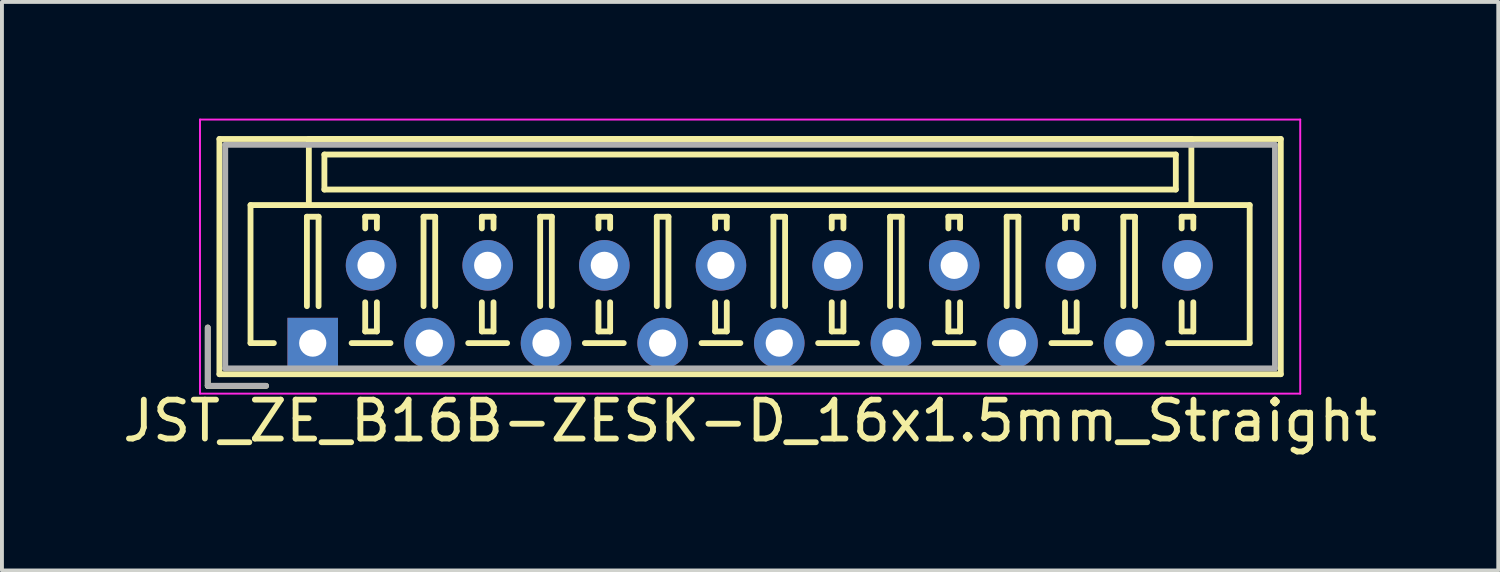
<source format=kicad_pcb>
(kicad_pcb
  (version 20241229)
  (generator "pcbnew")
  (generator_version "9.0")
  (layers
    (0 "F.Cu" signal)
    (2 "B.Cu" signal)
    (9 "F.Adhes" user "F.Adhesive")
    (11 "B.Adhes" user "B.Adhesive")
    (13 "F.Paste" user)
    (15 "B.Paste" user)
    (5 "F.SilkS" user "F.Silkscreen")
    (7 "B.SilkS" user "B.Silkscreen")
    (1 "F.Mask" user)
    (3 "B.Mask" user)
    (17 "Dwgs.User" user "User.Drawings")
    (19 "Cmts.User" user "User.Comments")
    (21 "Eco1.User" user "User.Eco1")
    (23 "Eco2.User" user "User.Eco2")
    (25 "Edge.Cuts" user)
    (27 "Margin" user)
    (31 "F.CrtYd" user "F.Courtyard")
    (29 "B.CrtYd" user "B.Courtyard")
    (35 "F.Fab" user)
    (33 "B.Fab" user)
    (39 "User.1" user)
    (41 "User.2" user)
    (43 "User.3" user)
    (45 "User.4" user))
  (footprint "JST_ZE_B16B-ZESK-D_16x1.5mm_Straight"
    (layer "F.Cu")
    (at 4.994 5.775)
    (property "Reference" "JST_ZE_B16B-ZESK-D_16x1.5mm_Straight" (at 11.25 2 0) (layer "F.SilkS") (effects (font (size 1 1) (thickness 0.15))))
    (attr through_hole)
    (fp_line (start -2.7 -0.4) (end -2.7 1.1) (stroke (width 0.15) (type solid)) (layer "F.SilkS"))
    (fp_line (start -2.7 1.1) (end -1.2 1.1) (stroke (width 0.15) (type solid)) (layer "F.SilkS"))
    (fp_line (start -2.4 -5.25) (end -2.4 0.8) (stroke (width 0.15) (type solid)) (layer "F.SilkS"))
    (fp_line (start -2.4 0.8) (end 24.9 0.8) (stroke (width 0.15) (type solid)) (layer "F.SilkS"))
    (fp_line (start -1.6 -3.55) (end -1.6 0) (stroke (width 0.15) (type solid)) (layer "F.SilkS"))
    (fp_line (start -1.6 0) (end -1 0) (stroke (width 0.15) (type solid)) (layer "F.SilkS"))
    (fp_line (start -0.15 -3.25) (end 0.15 -3.25) (stroke (width 0.15) (type solid)) (layer "F.SilkS"))
    (fp_line (start -0.15 -0.95) (end -0.15 -3.25) (stroke (width 0.15) (type solid)) (layer "F.SilkS"))
    (fp_line (start -0.1 -5.25) (end -0.1 -3.55) (stroke (width 0.15) (type solid)) (layer "F.SilkS"))
    (fp_line (start -0.1 -3.55) (end -1.6 -3.55) (stroke (width 0.15) (type solid)) (layer "F.SilkS"))
    (fp_line (start -0.1 -3.55) (end 22.6 -3.55) (stroke (width 0.15) (type solid)) (layer "F.SilkS"))
    (fp_line (start 0.15 -3.25) (end 0.15 -0.95) (stroke (width 0.15) (type solid)) (layer "F.SilkS"))
    (fp_line (start 0.3 -4.85) (end 0.3 -3.95) (stroke (width 0.15) (type solid)) (layer "F.SilkS"))
    (fp_line (start 0.3 -3.95) (end 22.2 -3.95) (stroke (width 0.15) (type solid)) (layer "F.SilkS"))
    (fp_line (start 1 0) (end 2 0) (stroke (width 0.15) (type solid)) (layer "F.SilkS"))
    (fp_line (start 1.35 -3.25) (end 1.65 -3.25) (stroke (width 0.15) (type solid)) (layer "F.SilkS"))
    (fp_line (start 1.35 -2.95) (end 1.35 -3.25) (stroke (width 0.15) (type solid)) (layer "F.SilkS"))
    (fp_line (start 1.35 -1.05) (end 1.35 -0.3) (stroke (width 0.15) (type solid)) (layer "F.SilkS"))
    (fp_line (start 1.35 -0.3) (end 1.65 -0.3) (stroke (width 0.15) (type solid)) (layer "F.SilkS"))
    (fp_line (start 1.65 -3.25) (end 1.65 -2.95) (stroke (width 0.15) (type solid)) (layer "F.SilkS"))
    (fp_line (start 1.65 -0.3) (end 1.65 -1.05) (stroke (width 0.15) (type solid)) (layer "F.SilkS"))
    (fp_line (start 2.85 -3.25) (end 3.15 -3.25) (stroke (width 0.15) (type solid)) (layer "F.SilkS"))
    (fp_line (start 2.85 -0.95) (end 2.85 -3.25) (stroke (width 0.15) (type solid)) (layer "F.SilkS"))
    (fp_line (start 3.15 -3.25) (end 3.15 -0.95) (stroke (width 0.15) (type solid)) (layer "F.SilkS"))
    (fp_line (start 4 0) (end 5 0) (stroke (width 0.15) (type solid)) (layer "F.SilkS"))
    (fp_line (start 4.35 -3.25) (end 4.65 -3.25) (stroke (width 0.15) (type solid)) (layer "F.SilkS"))
    (fp_line (start 4.35 -2.95) (end 4.35 -3.25) (stroke (width 0.15) (type solid)) (layer "F.SilkS"))
    (fp_line (start 4.35 -1.05) (end 4.35 -0.3) (stroke (width 0.15) (type solid)) (layer "F.SilkS"))
    (fp_line (start 4.35 -0.3) (end 4.65 -0.3) (stroke (width 0.15) (type solid)) (layer "F.SilkS"))
    (fp_line (start 4.65 -3.25) (end 4.65 -2.95) (stroke (width 0.15) (type solid)) (layer "F.SilkS"))
    (fp_line (start 4.65 -0.3) (end 4.65 -1.05) (stroke (width 0.15) (type solid)) (layer "F.SilkS"))
    (fp_line (start 5.85 -3.25) (end 6.15 -3.25) (stroke (width 0.15) (type solid)) (layer "F.SilkS"))
    (fp_line (start 5.85 -0.95) (end 5.85 -3.25) (stroke (width 0.15) (type solid)) (layer "F.SilkS"))
    (fp_line (start 6.15 -3.25) (end 6.15 -0.95) (stroke (width 0.15) (type solid)) (layer "F.SilkS"))
    (fp_line (start 7 0) (end 8 0) (stroke (width 0.15) (type solid)) (layer "F.SilkS"))
    (fp_line (start 7.35 -3.25) (end 7.65 -3.25) (stroke (width 0.15) (type solid)) (layer "F.SilkS"))
    (fp_line (start 7.35 -2.95) (end 7.35 -3.25) (stroke (width 0.15) (type solid)) (layer "F.SilkS"))
    (fp_line (start 7.35 -1.05) (end 7.35 -0.3) (stroke (width 0.15) (type solid)) (layer "F.SilkS"))
    (fp_line (start 7.35 -0.3) (end 7.65 -0.3) (stroke (width 0.15) (type solid)) (layer "F.SilkS"))
    (fp_line (start 7.65 -3.25) (end 7.65 -2.95) (stroke (width 0.15) (type solid)) (layer "F.SilkS"))
    (fp_line (start 7.65 -0.3) (end 7.65 -1.05) (stroke (width 0.15) (type solid)) (layer "F.SilkS"))
    (fp_line (start 8.85 -3.25) (end 9.15 -3.25) (stroke (width 0.15) (type solid)) (layer "F.SilkS"))
    (fp_line (start 8.85 -0.95) (end 8.85 -3.25) (stroke (width 0.15) (type solid)) (layer "F.SilkS"))
    (fp_line (start 9.15 -3.25) (end 9.15 -0.95) (stroke (width 0.15) (type solid)) (layer "F.SilkS"))
    (fp_line (start 10 0) (end 11 0) (stroke (width 0.15) (type solid)) (layer "F.SilkS"))
    (fp_line (start 10.35 -3.25) (end 10.65 -3.25) (stroke (width 0.15) (type solid)) (layer "F.SilkS"))
    (fp_line (start 10.35 -2.95) (end 10.35 -3.25) (stroke (width 0.15) (type solid)) (layer "F.SilkS"))
    (fp_line (start 10.35 -1.05) (end 10.35 -0.3) (stroke (width 0.15) (type solid)) (layer "F.SilkS"))
    (fp_line (start 10.35 -0.3) (end 10.65 -0.3) (stroke (width 0.15) (type solid)) (layer "F.SilkS"))
    (fp_line (start 10.65 -3.25) (end 10.65 -2.95) (stroke (width 0.15) (type solid)) (layer "F.SilkS"))
    (fp_line (start 10.65 -0.3) (end 10.65 -1.05) (stroke (width 0.15) (type solid)) (layer "F.SilkS"))
    (fp_line (start 11.85 -3.25) (end 12.15 -3.25) (stroke (width 0.15) (type solid)) (layer "F.SilkS"))
    (fp_line (start 11.85 -0.95) (end 11.85 -3.25) (stroke (width 0.15) (type solid)) (layer "F.SilkS"))
    (fp_line (start 12.15 -3.25) (end 12.15 -0.95) (stroke (width 0.15) (type solid)) (layer "F.SilkS"))
    (fp_line (start 13 0) (end 14 0) (stroke (width 0.15) (type solid)) (layer "F.SilkS"))
    (fp_line (start 13.35 -3.25) (end 13.65 -3.25) (stroke (width 0.15) (type solid)) (layer "F.SilkS"))
    (fp_line (start 13.35 -2.95) (end 13.35 -3.25) (stroke (width 0.15) (type solid)) (layer "F.SilkS"))
    (fp_line (start 13.35 -1.05) (end 13.35 -0.3) (stroke (width 0.15) (type solid)) (layer "F.SilkS"))
    (fp_line (start 13.35 -0.3) (end 13.65 -0.3) (stroke (width 0.15) (type solid)) (layer "F.SilkS"))
    (fp_line (start 13.65 -3.25) (end 13.65 -2.95) (stroke (width 0.15) (type solid)) (layer "F.SilkS"))
    (fp_line (start 13.65 -0.3) (end 13.65 -1.05) (stroke (width 0.15) (type solid)) (layer "F.SilkS"))
    (fp_line (start 14.85 -3.25) (end 15.15 -3.25) (stroke (width 0.15) (type solid)) (layer "F.SilkS"))
    (fp_line (start 14.85 -0.95) (end 14.85 -3.25) (stroke (width 0.15) (type solid)) (layer "F.SilkS"))
    (fp_line (start 15.15 -3.25) (end 15.15 -0.95) (stroke (width 0.15) (type solid)) (layer "F.SilkS"))
    (fp_line (start 16 0) (end 17 0) (stroke (width 0.15) (type solid)) (layer "F.SilkS"))
    (fp_line (start 16.35 -3.25) (end 16.65 -3.25) (stroke (width 0.15) (type solid)) (layer "F.SilkS"))
    (fp_line (start 16.35 -2.95) (end 16.35 -3.25) (stroke (width 0.15) (type solid)) (layer "F.SilkS"))
    (fp_line (start 16.35 -1.05) (end 16.35 -0.3) (stroke (width 0.15) (type solid)) (layer "F.SilkS"))
    (fp_line (start 16.35 -0.3) (end 16.65 -0.3) (stroke (width 0.15) (type solid)) (layer "F.SilkS"))
    (fp_line (start 16.65 -3.25) (end 16.65 -2.95) (stroke (width 0.15) (type solid)) (layer "F.SilkS"))
    (fp_line (start 16.65 -0.3) (end 16.65 -1.05) (stroke (width 0.15) (type solid)) (layer "F.SilkS"))
    (fp_line (start 17.85 -3.25) (end 18.15 -3.25) (stroke (width 0.15) (type solid)) (layer "F.SilkS"))
    (fp_line (start 17.85 -0.95) (end 17.85 -3.25) (stroke (width 0.15) (type solid)) (layer "F.SilkS"))
    (fp_line (start 18.15 -3.25) (end 18.15 -0.95) (stroke (width 0.15) (type solid)) (layer "F.SilkS"))
    (fp_line (start 19 0) (end 20 0) (stroke (width 0.15) (type solid)) (layer "F.SilkS"))
    (fp_line (start 19.35 -3.25) (end 19.65 -3.25) (stroke (width 0.15) (type solid)) (layer "F.SilkS"))
    (fp_line (start 19.35 -2.95) (end 19.35 -3.25) (stroke (width 0.15) (type solid)) (layer "F.SilkS"))
    (fp_line (start 19.35 -1.05) (end 19.35 -0.3) (stroke (width 0.15) (type solid)) (layer "F.SilkS"))
    (fp_line (start 19.35 -0.3) (end 19.65 -0.3) (stroke (width 0.15) (type solid)) (layer "F.SilkS"))
    (fp_line (start 19.65 -3.25) (end 19.65 -2.95) (stroke (width 0.15) (type solid)) (layer "F.SilkS"))
    (fp_line (start 19.65 -0.3) (end 19.65 -1.05) (stroke (width 0.15) (type solid)) (layer "F.SilkS"))
    (fp_line (start 20.85 -3.25) (end 21.15 -3.25) (stroke (width 0.15) (type solid)) (layer "F.SilkS"))
    (fp_line (start 20.85 -0.95) (end 20.85 -3.25) (stroke (width 0.15) (type solid)) (layer "F.SilkS"))
    (fp_line (start 21.15 -3.25) (end 21.15 -0.95) (stroke (width 0.15) (type solid)) (layer "F.SilkS"))
    (fp_line (start 22.2 -4.85) (end 0.3 -4.85) (stroke (width 0.15) (type solid)) (layer "F.SilkS"))
    (fp_line (start 22.2 -3.95) (end 22.2 -4.85) (stroke (width 0.15) (type solid)) (layer "F.SilkS"))
    (fp_line (start 22.35 -3.25) (end 22.65 -3.25) (stroke (width 0.15) (type solid)) (layer "F.SilkS"))
    (fp_line (start 22.35 -2.95) (end 22.35 -3.25) (stroke (width 0.15) (type solid)) (layer "F.SilkS"))
    (fp_line (start 22.35 -1.05) (end 22.35 -0.3) (stroke (width 0.15) (type solid)) (layer "F.SilkS"))
    (fp_line (start 22.35 -0.3) (end 22.65 -0.3) (stroke (width 0.15) (type solid)) (layer "F.SilkS"))
    (fp_line (start 22.6 -5.25) (end -0.1 -5.25) (stroke (width 0.15) (type solid)) (layer "F.SilkS"))
    (fp_line (start 22.6 -3.55) (end 22.6 -5.25) (stroke (width 0.15) (type solid)) (layer "F.SilkS"))
    (fp_line (start 22.6 -3.55) (end 24.1 -3.55) (stroke (width 0.15) (type solid)) (layer "F.SilkS"))
    (fp_line (start 22.65 -3.25) (end 22.65 -2.95) (stroke (width 0.15) (type solid)) (layer "F.SilkS"))
    (fp_line (start 22.65 -0.3) (end 22.65 -1.05) (stroke (width 0.15) (type solid)) (layer "F.SilkS"))
    (fp_line (start 24.1 -3.55) (end 24.1 0) (stroke (width 0.15) (type solid)) (layer "F.SilkS"))
    (fp_line (start 24.1 0) (end 22 0) (stroke (width 0.15) (type solid)) (layer "F.SilkS"))
    (fp_line (start 24.9 -5.25) (end -2.4 -5.25) (stroke (width 0.15) (type solid)) (layer "F.SilkS"))
    (fp_line (start 24.9 0.8) (end 24.9 -5.25) (stroke (width 0.15) (type solid)) (layer "F.SilkS"))
    (fp_line (start -2.9 -5.75) (end -2.9 1.3) (stroke (width 0.05) (type solid)) (layer "F.CrtYd"))
    (fp_line (start -2.9 1.3) (end 25.4 1.3) (stroke (width 0.05) (type solid)) (layer "F.CrtYd"))
    (fp_line (start 25.4 -5.75) (end -2.9 -5.75) (stroke (width 0.05) (type solid)) (layer "F.CrtYd"))
    (fp_line (start 25.4 1.3) (end 25.4 -5.75) (stroke (width 0.05) (type solid)) (layer "F.CrtYd"))
    (fp_line (start -2.7 -0.4) (end -2.7 1.1) (stroke (width 0.15) (type solid)) (layer "F.Fab"))
    (fp_line (start -2.7 1.1) (end -1.2 1.1) (stroke (width 0.15) (type solid)) (layer "F.Fab"))
    (fp_line (start -2.25 -5.1) (end -2.25 0.65) (stroke (width 0.15) (type solid)) (layer "F.Fab"))
    (fp_line (start -2.25 0.65) (end 24.75 0.65) (stroke (width 0.15) (type solid)) (layer "F.Fab"))
    (fp_line (start 24.75 -5.1) (end -2.25 -5.1) (stroke (width 0.15) (type solid)) (layer "F.Fab"))
    (fp_line (start 24.75 0.65) (end 24.75 -5.1) (stroke (width 0.15) (type solid)) (layer "F.Fab"))
    (pad "1" thru_hole rect (at 0 0) (size 1.3 1.3) (drill 0.7) (layers "*.Cu" "*.Mask"))
    (pad "2" thru_hole circle (at 1.5 -2) (size 1.3 1.3) (drill 0.7) (layers "*.Cu" "*.Mask"))
    (pad "3" thru_hole circle (at 3 0) (size 1.3 1.3) (drill 0.7) (layers "*.Cu" "*.Mask"))
    (pad "4" thru_hole circle (at 4.5 -2) (size 1.3 1.3) (drill 0.7) (layers "*.Cu" "*.Mask"))
    (pad "5" thru_hole circle (at 6 0) (size 1.3 1.3) (drill 0.7) (layers "*.Cu" "*.Mask"))
    (pad "6" thru_hole circle (at 7.5 -2) (size 1.3 1.3) (drill 0.7) (layers "*.Cu" "*.Mask"))
    (pad "7" thru_hole circle (at 9 0) (size 1.3 1.3) (drill 0.7) (layers "*.Cu" "*.Mask"))
    (pad "8" thru_hole circle (at 10.5 -2) (size 1.3 1.3) (drill 0.7) (layers "*.Cu" "*.Mask"))
    (pad "9" thru_hole circle (at 12 0) (size 1.3 1.3) (drill 0.7) (layers "*.Cu" "*.Mask"))
    (pad "10" thru_hole circle (at 13.5 -2) (size 1.3 1.3) (drill 0.7) (layers "*.Cu" "*.Mask"))
    (pad "11" thru_hole circle (at 15 0) (size 1.3 1.3) (drill 0.7) (layers "*.Cu" "*.Mask"))
    (pad "12" thru_hole circle (at 16.5 -2) (size 1.3 1.3) (drill 0.7) (layers "*.Cu" "*.Mask"))
    (pad "13" thru_hole circle (at 18 0) (size 1.3 1.3) (drill 0.7) (layers "*.Cu" "*.Mask"))
    (pad "14" thru_hole circle (at 19.5 -2) (size 1.3 1.3) (drill 0.7) (layers "*.Cu" "*.Mask"))
    (pad "15" thru_hole circle (at 21 0) (size 1.3 1.3) (drill 0.7) (layers "*.Cu" "*.Mask"))
    (pad "16" thru_hole circle (at 22.5 -2) (size 1.3 1.3) (drill 0.7) (layers "*.Cu" "*.Mask")))
  (gr_rect
    (start -3 -3)
    (end 35.488 11.623)
    (stroke (width 0.1) (type default))
    (fill no)
    (layer "Edge.Cuts")))
</source>
